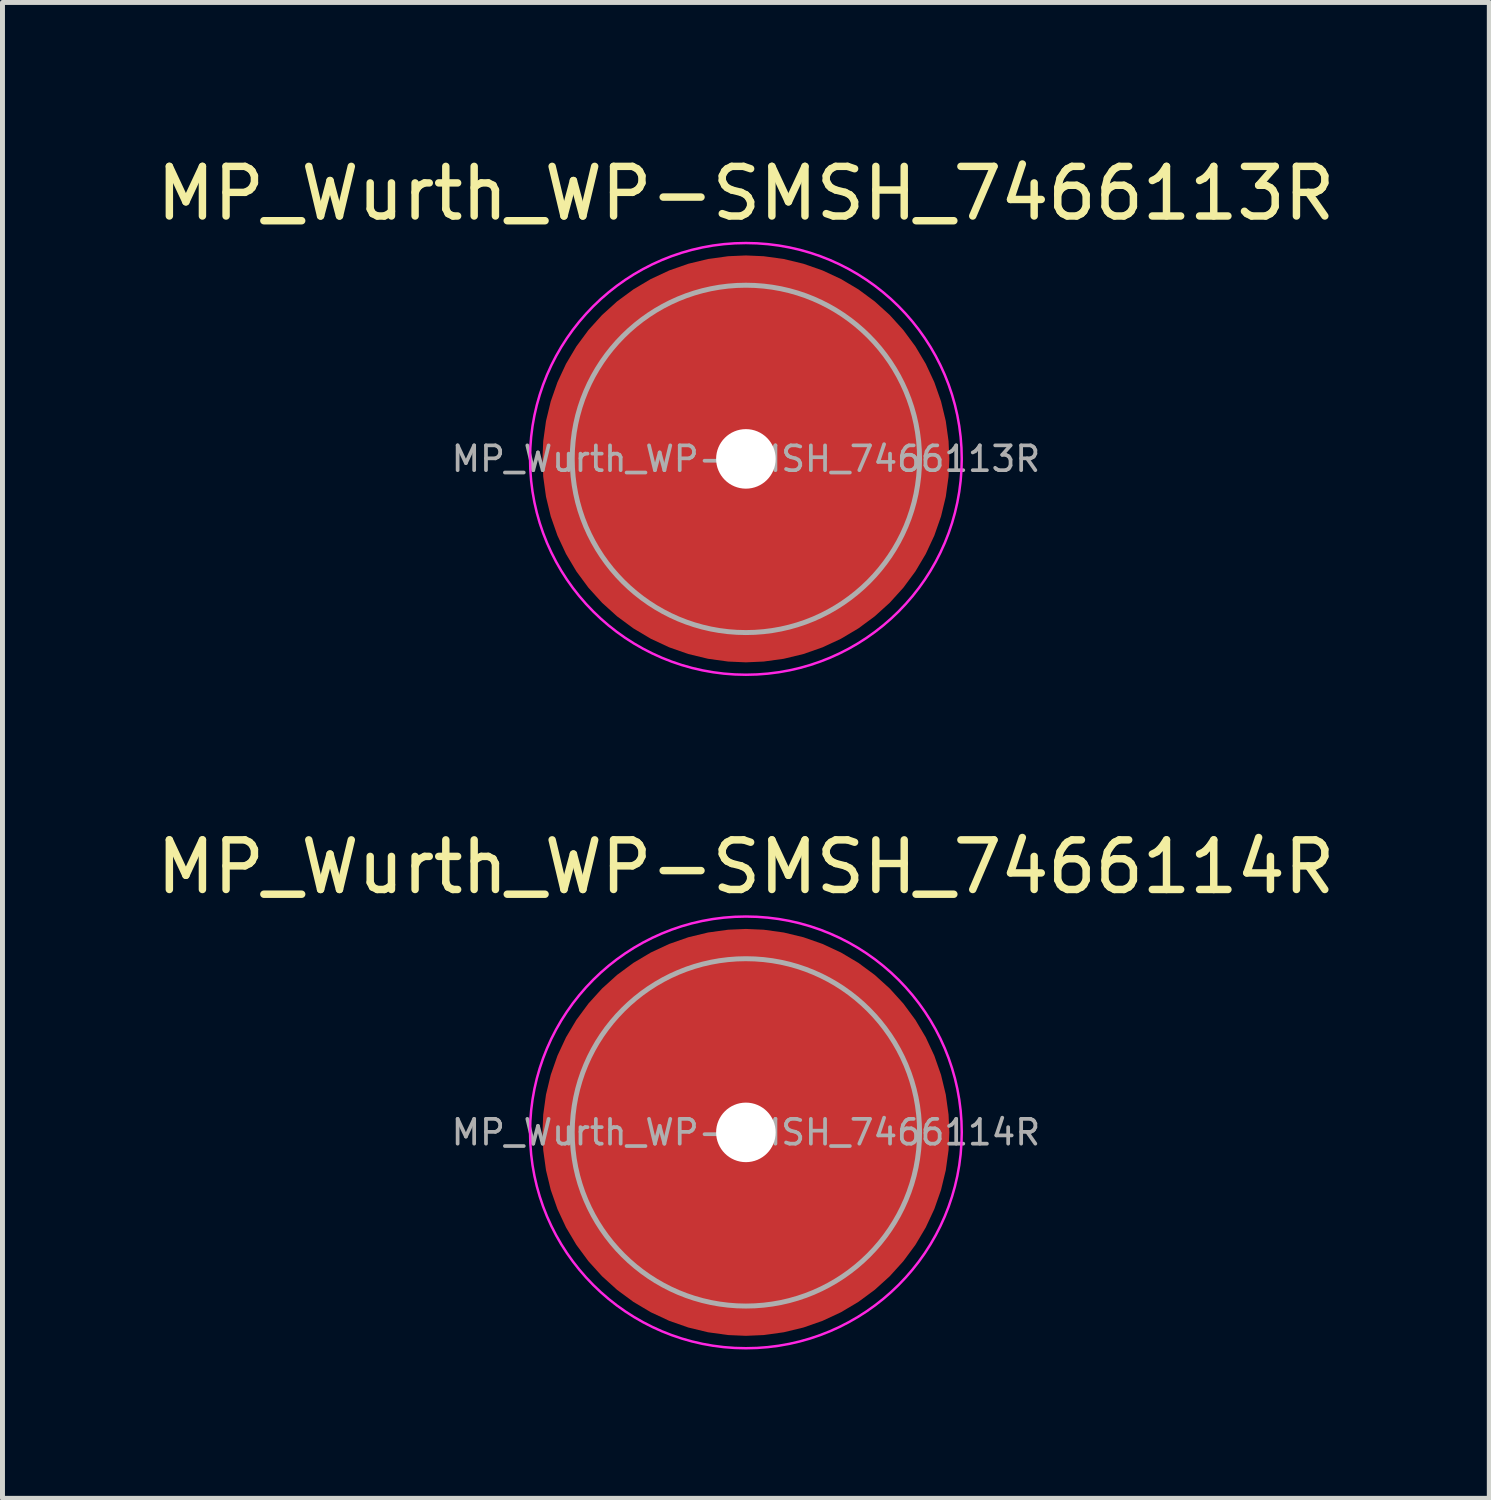
<source format=kicad_pcb>
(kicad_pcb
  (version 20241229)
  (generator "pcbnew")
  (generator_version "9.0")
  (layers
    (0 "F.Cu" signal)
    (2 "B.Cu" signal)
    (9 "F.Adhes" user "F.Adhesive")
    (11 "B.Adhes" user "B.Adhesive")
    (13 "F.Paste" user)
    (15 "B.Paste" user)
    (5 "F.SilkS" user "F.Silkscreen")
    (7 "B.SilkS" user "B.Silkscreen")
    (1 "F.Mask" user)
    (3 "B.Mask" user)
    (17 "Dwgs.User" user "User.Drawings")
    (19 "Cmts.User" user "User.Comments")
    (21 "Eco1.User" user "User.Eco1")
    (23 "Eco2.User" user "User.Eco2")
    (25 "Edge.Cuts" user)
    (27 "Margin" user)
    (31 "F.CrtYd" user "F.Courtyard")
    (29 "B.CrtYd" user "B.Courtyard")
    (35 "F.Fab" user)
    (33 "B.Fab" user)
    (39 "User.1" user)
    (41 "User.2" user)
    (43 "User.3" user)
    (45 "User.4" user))
  (footprint "MP_Wurth_WP-SMSH_7466113R"
    (layer "F.Cu")
    (at 11.982 6.198)
    (property "Reference" "MP_Wurth_WP-SMSH_7466113R" (at 0 -5.35 0) (unlocked yes) (layer "F.SilkS") (effects (font (size 1 1) (thickness 0.15))))
    (attr smd)
    (fp_poly (pts (xy -0.495 -0.558) (xy -0.551 -0.502) (xy -0.616 -0.422) (xy -0.656 -0.353) (xy -0.7 -0.258) (xy -0.735 -0.129) (xy -0.745 -0.04) (xy -0.745 0.04) (xy -0.735 0.114) (xy -0.715 0.209) (xy -0.69 0.278) (xy -0.661 0.348) (xy -0.621 0.412) (xy -0.571 0.477) (xy -0.495 0.558) (xy -0.495 3.976) (xy -0.531 3.97) (xy -0.726 3.94) (xy -0.726 3.94) (xy -0.916 3.9) (xy -0.916 3.9) (xy -1.111 3.85) (xy -1.111 3.85) (xy -1.286 3.795) (xy -1.287 3.795) (xy -1.472 3.725) (xy -1.472 3.725) (xy -1.607 3.67) (xy -1.607 3.67) (xy -1.727 3.615) (xy -1.727 3.614) (xy -1.877 3.539) (xy -1.877 3.539) (xy -2.062 3.434) (xy -2.063 3.434) (xy -2.243 3.319) (xy -2.243 3.319) (xy -2.383 3.219) (xy -2.383 3.219) (xy -2.513 3.119) (xy -2.513 3.119) (xy -2.653 2.999) (xy -2.653 2.999) (xy -2.758 2.904) (xy -2.759 2.904) (xy -2.884 2.779) (xy -2.884 2.778) (xy -2.979 2.678) (xy -2.979 2.678) (xy -3.064 2.578) (xy -3.139 2.488) (xy -3.139 2.488) (xy -3.254 2.338) (xy -3.254 2.338) (xy -3.344 2.203) (xy -3.424 2.078) (xy -3.424 2.078) (xy -3.504 1.943) (xy -3.504 1.942) (xy -3.564 1.827) (xy -3.565 1.827) (xy -3.64 1.672) (xy -3.64 1.672) (xy -3.71 1.512) (xy -3.71 1.512) (xy -3.77 1.357) (xy -3.77 1.357) (xy -3.81 1.237) (xy -3.85 1.112) (xy -3.85 1.111) (xy -3.885 0.981) (xy -3.885 0.981) (xy -3.915 0.851) (xy -3.915 0.851) (xy -3.94 0.721) (xy -3.96 0.606) (xy -3.96 0.606) (xy -3.975 0.501) (xy -3.975 0.5) (xy -3.985 0.395) (xy -3.995 0.295) (xy -3.995 0.295) (xy -4 0.215) (xy -4 0.215) (xy -4.005 0.09) (xy -4.005 0.09) (xy -4.005 -0.05) (xy -4.005 -0.05) (xy -4 -0.195) (xy -3.995 -0.32) (xy -3.995 -0.321) (xy -3.98 -0.431) (xy -3.97 -0.54) (xy -3.97 -0.541) (xy -3.945 -0.686) (xy -3.925 -0.796) (xy -3.9 -0.921) (xy -3.9 -0.921) (xy -3.845 -1.121) (xy -3.81 -1.241) (xy -3.81 -1.242) (xy -3.745 -1.422) (xy -3.745 -1.422) (xy -3.675 -1.592) (xy -3.675 -1.592) (xy -3.62 -1.717) (xy -3.619 -1.717) (xy -3.559 -1.837) (xy -3.559 -1.837) (xy -3.514 -1.922) (xy -3.514 -1.922) (xy -3.449 -2.037) (xy -3.449 -2.038) (xy -3.379 -2.153) (xy -3.379 -2.153) (xy -3.309 -2.258) (xy -3.309 -2.258) (xy -3.239 -2.358) (xy -3.239 -2.358) (xy -3.149 -2.473) (xy -3.149 -2.473) (xy -3.054 -2.588) (xy -2.989 -2.668) (xy -2.989 -2.668) (xy -2.919 -2.743) (xy -2.919 -2.744) (xy -2.759 -2.904) (xy -2.758 -2.904) (xy -2.688 -2.969) (xy -2.688 -2.969) (xy -2.618 -3.029) (xy -2.528 -3.104) (xy -2.443 -3.174) (xy -2.443 -3.174) (xy -2.333 -3.254) (xy -2.333 -3.254) (xy -2.223 -3.329) (xy -2.133 -3.389) (xy -2.133 -3.389) (xy -2.043 -3.444) (xy -2.043 -3.444) (xy -1.923 -3.514) (xy -1.922 -3.514) (xy -1.817 -3.569) (xy -1.687 -3.634) (xy -1.687 -3.635) (xy -1.502 -3.715) (xy -1.502 -3.715) (xy -1.367 -3.765) (xy -1.367 -3.765) (xy -1.207 -3.82) (xy -1.206 -3.82) (xy -1.056 -3.865) (xy -1.056 -3.865) (xy -0.826 -3.92) (xy -0.826 -3.92) (xy -0.641 -3.95) (xy -0.495 -3.976)) (stroke (width 0) (type default)) (fill yes) (layer "F.Paste"))
    (fp_poly (pts (xy 0.531 -3.97) (xy 0.726 -3.94) (xy 0.726 -3.94) (xy 0.916 -3.9) (xy 0.916 -3.9) (xy 1.111 -3.85) (xy 1.111 -3.85) (xy 1.286 -3.795) (xy 1.287 -3.795) (xy 1.472 -3.725) (xy 1.472 -3.725) (xy 1.607 -3.67) (xy 1.607 -3.67) (xy 1.727 -3.615) (xy 1.727 -3.614) (xy 1.877 -3.539) (xy 1.877 -3.539) (xy 2.062 -3.434) (xy 2.063 -3.434) (xy 2.243 -3.319) (xy 2.243 -3.319) (xy 2.383 -3.219) (xy 2.383 -3.219) (xy 2.513 -3.119) (xy 2.513 -3.119) (xy 2.653 -2.999) (xy 2.653 -2.999) (xy 2.758 -2.904) (xy 2.759 -2.904) (xy 2.884 -2.779) (xy 2.884 -2.778) (xy 2.979 -2.678) (xy 2.979 -2.678) (xy 3.064 -2.578) (xy 3.139 -2.488) (xy 3.139 -2.488) (xy 3.254 -2.338) (xy 3.254 -2.338) (xy 3.344 -2.203) (xy 3.424 -2.078) (xy 3.424 -2.078) (xy 3.504 -1.943) (xy 3.504 -1.942) (xy 3.564 -1.827) (xy 3.565 -1.827) (xy 3.64 -1.672) (xy 3.64 -1.672) (xy 3.71 -1.512) (xy 3.71 -1.512) (xy 3.77 -1.357) (xy 3.77 -1.357) (xy 3.81 -1.237) (xy 3.85 -1.112) (xy 3.85 -1.111) (xy 3.885 -0.981) (xy 3.885 -0.981) (xy 3.915 -0.851) (xy 3.915 -0.851) (xy 3.94 -0.721) (xy 3.96 -0.606) (xy 3.96 -0.606) (xy 3.975 -0.501) (xy 3.975 -0.5) (xy 3.985 -0.395) (xy 3.995 -0.295) (xy 3.995 -0.295) (xy 4 -0.215) (xy 4 -0.215) (xy 4.005 -0.09) (xy 4.005 -0.09) (xy 4.005 0.05) (xy 4.005 0.05) (xy 4 0.195) (xy 3.995 0.32) (xy 3.995 0.321) (xy 3.98 0.431) (xy 3.97 0.54) (xy 3.97 0.541) (xy 3.945 0.686) (xy 3.925 0.796) (xy 3.9 0.921) (xy 3.9 0.921) (xy 3.845 1.121) (xy 3.81 1.241) (xy 3.81 1.242) (xy 3.745 1.422) (xy 3.745 1.422) (xy 3.675 1.592) (xy 3.675 1.592) (xy 3.62 1.717) (xy 3.619 1.717) (xy 3.559 1.837) (xy 3.559 1.837) (xy 3.514 1.922) (xy 3.514 1.922) (xy 3.449 2.037) (xy 3.449 2.038) (xy 3.379 2.153) (xy 3.379 2.153) (xy 3.309 2.258) (xy 3.309 2.258) (xy 3.239 2.358) (xy 3.239 2.358) (xy 3.149 2.473) (xy 3.149 2.473) (xy 3.054 2.588) (xy 2.989 2.668) (xy 2.989 2.668) (xy 2.919 2.743) (xy 2.919 2.744) (xy 2.759 2.904) (xy 2.758 2.904) (xy 2.688 2.969) (xy 2.688 2.969) (xy 2.618 3.029) (xy 2.528 3.104) (xy 2.443 3.174) (xy 2.443 3.174) (xy 2.333 3.254) (xy 2.333 3.254) (xy 2.223 3.329) (xy 2.133 3.389) (xy 2.133 3.389) (xy 2.043 3.444) (xy 2.043 3.444) (xy 1.923 3.514) (xy 1.922 3.514) (xy 1.817 3.569) (xy 1.687 3.634) (xy 1.687 3.635) (xy 1.502 3.715) (xy 1.502 3.715) (xy 1.367 3.765) (xy 1.367 3.765) (xy 1.207 3.82) (xy 1.206 3.82) (xy 1.056 3.865) (xy 1.056 3.865) (xy 0.826 3.92) (xy 0.826 3.92) (xy 0.641 3.95) (xy 0.495 3.976) (xy 0.495 0.558) (xy 0.551 0.502) (xy 0.616 0.422) (xy 0.656 0.353) (xy 0.7 0.258) (xy 0.735 0.129) (xy 0.745 0.04) (xy 0.745 -0.04) (xy 0.735 -0.114) (xy 0.715 -0.209) (xy 0.69 -0.278) (xy 0.661 -0.348) (xy 0.621 -0.412) (xy 0.571 -0.477) (xy 0.495 -0.558) (xy 0.495 -3.976)) (stroke (width 0) (type default)) (fill yes) (layer "F.Paste"))
    (fp_circle (center 0 0) (end 4.35 0) (stroke (width 0.05) (type solid)) (fill no) (layer "F.CrtYd"))
    (fp_circle (center 0 0) (end 3.5 0) (stroke (width 0.1) (type solid)) (fill no) (layer "F.Fab"))
    (fp_text user "${REFERENCE}" (at 0 0 0) (unlocked yes) (layer "F.Fab") (effects (font (size 0.5 0.5) (thickness 0.075))))
    (pad "" np_thru_hole circle (at 0 0) (size 1.2 1.2) (drill 1.2) (layers "*.Cu" "*.Mask"))
    (pad "1" smd roundrect (at 0 0) (size 8.2 8.2) (layers "F.Cu" "F.Mask") (roundrect_rratio 0.5)))
  (footprint "MP_Wurth_WP-SMSH_7466114R"
    (layer "F.Cu")
    (at 11.982 19.771)
    (property "Reference" "MP_Wurth_WP-SMSH_7466114R" (at 0 -5.35 0) (unlocked yes) (layer "F.SilkS") (effects (font (size 1 1) (thickness 0.15))))
    (attr smd)
    (fp_poly (pts (xy -0.495 -0.558) (xy -0.551 -0.502) (xy -0.616 -0.422) (xy -0.656 -0.353) (xy -0.7 -0.258) (xy -0.735 -0.129) (xy -0.745 -0.04) (xy -0.745 0.04) (xy -0.735 0.114) (xy -0.715 0.209) (xy -0.69 0.278) (xy -0.661 0.348) (xy -0.621 0.412) (xy -0.571 0.477) (xy -0.495 0.558) (xy -0.495 3.976) (xy -0.531 3.97) (xy -0.726 3.94) (xy -0.726 3.94) (xy -0.916 3.9) (xy -0.916 3.9) (xy -1.111 3.85) (xy -1.111 3.85) (xy -1.286 3.795) (xy -1.287 3.795) (xy -1.472 3.725) (xy -1.472 3.725) (xy -1.607 3.67) (xy -1.607 3.67) (xy -1.727 3.615) (xy -1.727 3.614) (xy -1.877 3.539) (xy -1.877 3.539) (xy -2.062 3.434) (xy -2.063 3.434) (xy -2.243 3.319) (xy -2.243 3.319) (xy -2.383 3.219) (xy -2.383 3.219) (xy -2.513 3.119) (xy -2.513 3.119) (xy -2.653 2.999) (xy -2.653 2.999) (xy -2.758 2.904) (xy -2.759 2.904) (xy -2.884 2.779) (xy -2.884 2.778) (xy -2.979 2.678) (xy -2.979 2.678) (xy -3.064 2.578) (xy -3.139 2.488) (xy -3.139 2.488) (xy -3.254 2.338) (xy -3.254 2.338) (xy -3.344 2.203) (xy -3.424 2.078) (xy -3.424 2.078) (xy -3.504 1.943) (xy -3.504 1.942) (xy -3.564 1.827) (xy -3.565 1.827) (xy -3.64 1.672) (xy -3.64 1.672) (xy -3.71 1.512) (xy -3.71 1.512) (xy -3.77 1.357) (xy -3.77 1.357) (xy -3.81 1.237) (xy -3.85 1.112) (xy -3.85 1.111) (xy -3.885 0.981) (xy -3.885 0.981) (xy -3.915 0.851) (xy -3.915 0.851) (xy -3.94 0.721) (xy -3.96 0.606) (xy -3.96 0.606) (xy -3.975 0.501) (xy -3.975 0.5) (xy -3.985 0.395) (xy -3.995 0.295) (xy -3.995 0.295) (xy -4 0.215) (xy -4 0.215) (xy -4.005 0.09) (xy -4.005 0.09) (xy -4.005 -0.05) (xy -4.005 -0.05) (xy -4 -0.195) (xy -3.995 -0.32) (xy -3.995 -0.321) (xy -3.98 -0.431) (xy -3.97 -0.54) (xy -3.97 -0.541) (xy -3.945 -0.686) (xy -3.925 -0.796) (xy -3.9 -0.921) (xy -3.9 -0.921) (xy -3.845 -1.121) (xy -3.81 -1.241) (xy -3.81 -1.242) (xy -3.745 -1.422) (xy -3.745 -1.422) (xy -3.675 -1.592) (xy -3.675 -1.592) (xy -3.62 -1.717) (xy -3.619 -1.717) (xy -3.559 -1.837) (xy -3.559 -1.837) (xy -3.514 -1.922) (xy -3.514 -1.922) (xy -3.449 -2.037) (xy -3.449 -2.038) (xy -3.379 -2.153) (xy -3.379 -2.153) (xy -3.309 -2.258) (xy -3.309 -2.258) (xy -3.239 -2.358) (xy -3.239 -2.358) (xy -3.149 -2.473) (xy -3.149 -2.473) (xy -3.054 -2.588) (xy -2.989 -2.668) (xy -2.989 -2.668) (xy -2.919 -2.743) (xy -2.919 -2.744) (xy -2.759 -2.904) (xy -2.758 -2.904) (xy -2.688 -2.969) (xy -2.688 -2.969) (xy -2.618 -3.029) (xy -2.528 -3.104) (xy -2.443 -3.174) (xy -2.443 -3.174) (xy -2.333 -3.254) (xy -2.333 -3.254) (xy -2.223 -3.329) (xy -2.133 -3.389) (xy -2.133 -3.389) (xy -2.043 -3.444) (xy -2.043 -3.444) (xy -1.923 -3.514) (xy -1.922 -3.514) (xy -1.817 -3.569) (xy -1.687 -3.634) (xy -1.687 -3.635) (xy -1.502 -3.715) (xy -1.502 -3.715) (xy -1.367 -3.765) (xy -1.367 -3.765) (xy -1.207 -3.82) (xy -1.206 -3.82) (xy -1.056 -3.865) (xy -1.056 -3.865) (xy -0.826 -3.92) (xy -0.826 -3.92) (xy -0.641 -3.95) (xy -0.495 -3.976)) (stroke (width 0) (type default)) (fill yes) (layer "F.Paste"))
    (fp_poly (pts (xy 0.531 -3.97) (xy 0.726 -3.94) (xy 0.726 -3.94) (xy 0.916 -3.9) (xy 0.916 -3.9) (xy 1.111 -3.85) (xy 1.111 -3.85) (xy 1.286 -3.795) (xy 1.287 -3.795) (xy 1.472 -3.725) (xy 1.472 -3.725) (xy 1.607 -3.67) (xy 1.607 -3.67) (xy 1.727 -3.615) (xy 1.727 -3.614) (xy 1.877 -3.539) (xy 1.877 -3.539) (xy 2.062 -3.434) (xy 2.063 -3.434) (xy 2.243 -3.319) (xy 2.243 -3.319) (xy 2.383 -3.219) (xy 2.383 -3.219) (xy 2.513 -3.119) (xy 2.513 -3.119) (xy 2.653 -2.999) (xy 2.653 -2.999) (xy 2.758 -2.904) (xy 2.759 -2.904) (xy 2.884 -2.779) (xy 2.884 -2.778) (xy 2.979 -2.678) (xy 2.979 -2.678) (xy 3.064 -2.578) (xy 3.139 -2.488) (xy 3.139 -2.488) (xy 3.254 -2.338) (xy 3.254 -2.338) (xy 3.344 -2.203) (xy 3.424 -2.078) (xy 3.424 -2.078) (xy 3.504 -1.943) (xy 3.504 -1.942) (xy 3.564 -1.827) (xy 3.565 -1.827) (xy 3.64 -1.672) (xy 3.64 -1.672) (xy 3.71 -1.512) (xy 3.71 -1.512) (xy 3.77 -1.357) (xy 3.77 -1.357) (xy 3.81 -1.237) (xy 3.85 -1.112) (xy 3.85 -1.111) (xy 3.885 -0.981) (xy 3.885 -0.981) (xy 3.915 -0.851) (xy 3.915 -0.851) (xy 3.94 -0.721) (xy 3.96 -0.606) (xy 3.96 -0.606) (xy 3.975 -0.501) (xy 3.975 -0.5) (xy 3.985 -0.395) (xy 3.995 -0.295) (xy 3.995 -0.295) (xy 4 -0.215) (xy 4 -0.215) (xy 4.005 -0.09) (xy 4.005 -0.09) (xy 4.005 0.05) (xy 4.005 0.05) (xy 4 0.195) (xy 3.995 0.32) (xy 3.995 0.321) (xy 3.98 0.431) (xy 3.97 0.54) (xy 3.97 0.541) (xy 3.945 0.686) (xy 3.925 0.796) (xy 3.9 0.921) (xy 3.9 0.921) (xy 3.845 1.121) (xy 3.81 1.241) (xy 3.81 1.242) (xy 3.745 1.422) (xy 3.745 1.422) (xy 3.675 1.592) (xy 3.675 1.592) (xy 3.62 1.717) (xy 3.619 1.717) (xy 3.559 1.837) (xy 3.559 1.837) (xy 3.514 1.922) (xy 3.514 1.922) (xy 3.449 2.037) (xy 3.449 2.038) (xy 3.379 2.153) (xy 3.379 2.153) (xy 3.309 2.258) (xy 3.309 2.258) (xy 3.239 2.358) (xy 3.239 2.358) (xy 3.149 2.473) (xy 3.149 2.473) (xy 3.054 2.588) (xy 2.989 2.668) (xy 2.989 2.668) (xy 2.919 2.743) (xy 2.919 2.744) (xy 2.759 2.904) (xy 2.758 2.904) (xy 2.688 2.969) (xy 2.688 2.969) (xy 2.618 3.029) (xy 2.528 3.104) (xy 2.443 3.174) (xy 2.443 3.174) (xy 2.333 3.254) (xy 2.333 3.254) (xy 2.223 3.329) (xy 2.133 3.389) (xy 2.133 3.389) (xy 2.043 3.444) (xy 2.043 3.444) (xy 1.923 3.514) (xy 1.922 3.514) (xy 1.817 3.569) (xy 1.687 3.634) (xy 1.687 3.635) (xy 1.502 3.715) (xy 1.502 3.715) (xy 1.367 3.765) (xy 1.367 3.765) (xy 1.207 3.82) (xy 1.206 3.82) (xy 1.056 3.865) (xy 1.056 3.865) (xy 0.826 3.92) (xy 0.826 3.92) (xy 0.641 3.95) (xy 0.495 3.976) (xy 0.495 0.558) (xy 0.551 0.502) (xy 0.616 0.422) (xy 0.656 0.353) (xy 0.7 0.258) (xy 0.735 0.129) (xy 0.745 0.04) (xy 0.745 -0.04) (xy 0.735 -0.114) (xy 0.715 -0.209) (xy 0.69 -0.278) (xy 0.661 -0.348) (xy 0.621 -0.412) (xy 0.571 -0.477) (xy 0.495 -0.558) (xy 0.495 -3.976)) (stroke (width 0) (type default)) (fill yes) (layer "F.Paste"))
    (fp_circle (center 0 0) (end 4.35 0) (stroke (width 0.05) (type solid)) (fill no) (layer "F.CrtYd"))
    (fp_circle (center 0 0) (end 3.5 0) (stroke (width 0.1) (type solid)) (fill no) (layer "F.Fab"))
    (fp_text user "${REFERENCE}" (at 0 0 0) (unlocked yes) (layer "F.Fab") (effects (font (size 0.5 0.5) (thickness 0.075))))
    (pad "" np_thru_hole circle (at 0 0) (size 1.2 1.2) (drill 1.2) (layers "*.Cu" "*.Mask"))
    (pad "1" smd roundrect (at 0 0) (size 8.2 8.2) (layers "F.Cu" "F.Mask") (roundrect_rratio 0.5)))
  (gr_rect
    (start -3 -3)
    (end 26.964 27.146)
    (stroke (width 0.1) (type default))
    (fill no)
    (layer "Edge.Cuts")))
</source>
